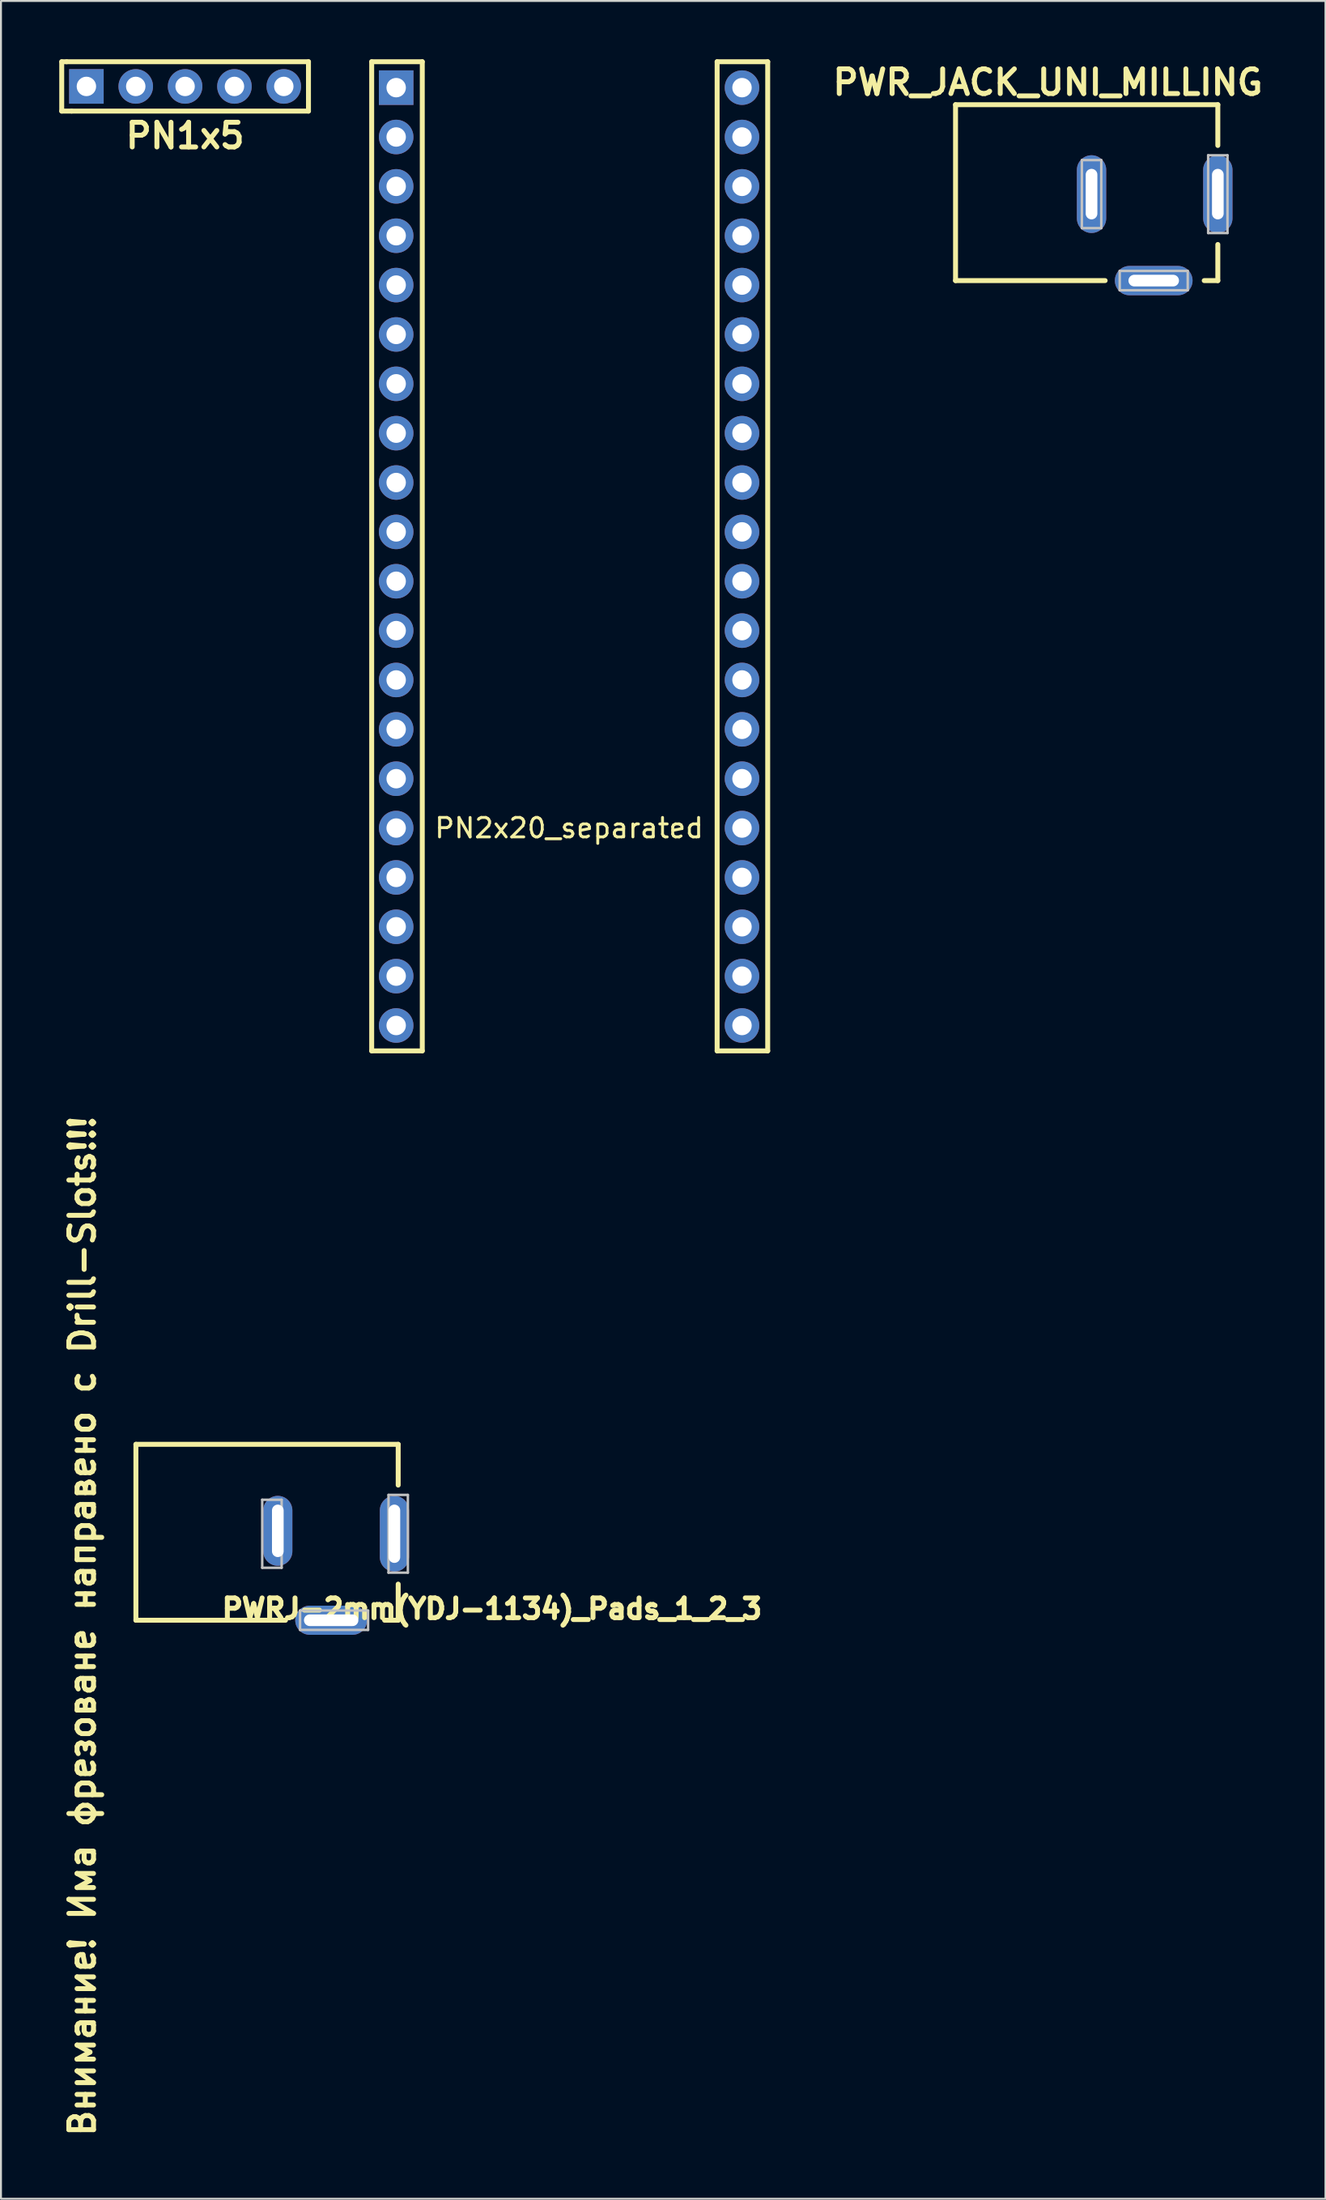
<source format=kicad_pcb>
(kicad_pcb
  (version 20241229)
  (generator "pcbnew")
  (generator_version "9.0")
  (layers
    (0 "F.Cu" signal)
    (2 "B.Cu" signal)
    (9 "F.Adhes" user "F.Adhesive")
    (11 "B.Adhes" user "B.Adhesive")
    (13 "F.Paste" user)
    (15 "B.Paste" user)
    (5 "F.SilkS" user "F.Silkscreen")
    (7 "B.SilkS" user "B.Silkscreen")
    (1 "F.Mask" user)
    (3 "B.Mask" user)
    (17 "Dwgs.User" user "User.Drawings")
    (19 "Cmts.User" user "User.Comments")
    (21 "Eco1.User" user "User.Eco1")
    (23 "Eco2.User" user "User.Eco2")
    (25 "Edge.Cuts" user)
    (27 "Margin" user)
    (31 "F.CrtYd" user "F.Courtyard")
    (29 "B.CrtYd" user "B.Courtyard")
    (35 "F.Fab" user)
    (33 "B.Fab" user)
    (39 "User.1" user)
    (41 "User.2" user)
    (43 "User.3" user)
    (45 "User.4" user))
  (footprint "PWRJ-2mm(YDJ-1134)_Pads_1_2_3"
    (layer "F.Cu")
    (at 17.445 80.624)
    (property "Reference" "PWRJ-2mm(YDJ-1134)_Pads_1_2_3" (at 4.826 -0.889 0) (layer "F.SilkS") (effects (font (size 1.016 1.016) (thickness 0.254))))
    (attr through_hole)
    (fp_line (start -13.5 -9.352) (end -13.5 -0.3) (stroke (width 0.254) (type solid)) (layer "F.SilkS"))
    (fp_line (start -13.5 -0.3) (end -5.8 -0.3) (stroke (width 0.254) (type solid)) (layer "F.SilkS"))
    (fp_line (start 0 -9.352) (end -13.5 -9.352) (stroke (width 0.254) (type solid)) (layer "F.SilkS"))
    (fp_line (start 0 -9.352) (end 0 -7.254) (stroke (width 0.254) (type solid)) (layer "F.SilkS"))
    (fp_line (start 0 -0.3) (end -0.7 -0.3) (stroke (width 0.254) (type solid)) (layer "F.SilkS"))
    (fp_line (start 0 -0.3) (end 0 -2.158) (stroke (width 0.254) (type solid)) (layer "F.SilkS"))
    (fp_line (start -6.998 -6.5) (end -6.998 -3) (stroke (width 0.127) (type solid)) (layer "Dwgs.User"))
    (fp_line (start -6.998 -3) (end -5.999 -3) (stroke (width 0.127) (type solid)) (layer "Dwgs.User"))
    (fp_line (start -5.999 -6.5) (end -6.998 -6.5) (stroke (width 0.127) (type solid)) (layer "Dwgs.User"))
    (fp_line (start -5.999 -3) (end -5.999 -6.5) (stroke (width 0.127) (type solid)) (layer "Dwgs.User"))
    (fp_line (start -5.05 -0.798) (end -5.05 0.198) (stroke (width 0.127) (type solid)) (layer "Dwgs.User"))
    (fp_line (start -5.05 0.198) (end -1.549 0.198) (stroke (width 0.127) (type solid)) (layer "Dwgs.User"))
    (fp_line (start -1.549 -0.798) (end -5.05 -0.798) (stroke (width 0.127) (type solid)) (layer "Dwgs.User"))
    (fp_line (start -1.549 0.198) (end -1.549 -0.798) (stroke (width 0.127) (type solid)) (layer "Dwgs.User"))
    (fp_line (start -0.498 -6.749) (end -0.498 -2.748) (stroke (width 0.127) (type solid)) (layer "Dwgs.User"))
    (fp_line (start -0.498 -2.748) (end 0.498 -2.748) (stroke (width 0.127) (type solid)) (layer "Dwgs.User"))
    (fp_line (start 0.498 -6.749) (end -0.498 -6.749) (stroke (width 0.127) (type solid)) (layer "Dwgs.User"))
    (fp_line (start 0.498 -2.748) (end 0.498 -6.749) (stroke (width 0.127) (type solid)) (layer "Dwgs.User"))
    (fp_text user "Внимание! Има фрезоване направено с Drill-Slots!!!" (at -16.256 0 90) (layer "F.SilkS") (effects (font (size 1.27 1.27) (thickness 0.254))))
    (pad "1" thru_hole oval (at -0.196 -4.75) (size 1.5 3.9) (drill oval 0.6 3) (layers "*.Cu" "*.Mask"))
    (pad "2" thru_hole oval (at -6.196 -4.9) (size 1.5 3.6) (drill oval 0.6 2.7) (layers "*.Cu" "*.Mask"))
    (pad "3" thru_hole oval (at -3.45 -0.3) (size 3.7 1.5) (drill oval 2.8 0.6) (layers "*.Cu" "*.Mask")))
  (footprint "PN1x5"
    (layer "F.Cu")
    (at 6.477 1.397)
    (property "Reference" "PN1x5" (at 0 2.54 0) (layer "F.SilkS") (effects (font (size 1.27 1.27) (thickness 0.254))))
    (attr through_hole)
    (fp_line (start -6.35 -1.27) (end -6.35 1.27) (stroke (width 0.254) (type solid)) (layer "F.SilkS"))
    (fp_line (start -6.35 -1.27) (end -6.096 -1.27) (stroke (width 0.254) (type solid)) (layer "F.SilkS"))
    (fp_line (start -6.096 -1.27) (end 6.35 -1.27) (stroke (width 0.254) (type solid)) (layer "F.SilkS"))
    (fp_line (start -5.842 1.27) (end -6.35 1.27) (stroke (width 0.254) (type solid)) (layer "F.SilkS"))
    (fp_line (start 6.35 -1.27) (end 6.35 1.27) (stroke (width 0.254) (type solid)) (layer "F.SilkS"))
    (fp_line (start 6.35 1.27) (end -5.842 1.27) (stroke (width 0.254) (type solid)) (layer "F.SilkS"))
    (pad "1" thru_hole rect (at -5.08 0) (size 1.778 1.778) (drill 1) (layers "*.Cu" "*.Mask"))
    (pad "2" thru_hole circle (at -2.54 0) (size 1.778 1.778) (drill 1) (layers "*.Cu" "*.Mask"))
    (pad "3" thru_hole circle (at 0 0) (size 1.778 1.778) (drill 1) (layers "*.Cu" "*.Mask"))
    (pad "4" thru_hole circle (at 2.54 0) (size 1.778 1.778) (drill 1) (layers "*.Cu" "*.Mask"))
    (pad "5" thru_hole circle (at 5.08 0) (size 1.778 1.778) (drill 1) (layers "*.Cu" "*.Mask")))
  (footprint "PWR_JACK_UNI_MILLING"
    (layer "F.Cu")
    (at 59.632 11.689)
    (property "Reference" "PWR_JACK_UNI_MILLING" (at -8.75 -10.5 0) (layer "F.SilkS") (effects (font (size 1.27 1.27) (thickness 0.254))))
    (attr through_hole)
    (fp_line (start -13.5 -9.352) (end -13.5 -0.3) (stroke (width 0.254) (type solid)) (layer "F.SilkS"))
    (fp_line (start -13.5 -0.3) (end -5.8 -0.3) (stroke (width 0.254) (type solid)) (layer "F.SilkS"))
    (fp_line (start 0 -9.352) (end -13.5 -9.352) (stroke (width 0.254) (type solid)) (layer "F.SilkS"))
    (fp_line (start 0 -9.352) (end 0 -7.254) (stroke (width 0.254) (type solid)) (layer "F.SilkS"))
    (fp_line (start 0 -0.3) (end -0.7 -0.3) (stroke (width 0.254) (type solid)) (layer "F.SilkS"))
    (fp_line (start 0 -0.3) (end 0 -2.158) (stroke (width 0.254) (type solid)) (layer "F.SilkS"))
    (fp_line (start -6.998 -6.5) (end -6.998 -3) (stroke (width 0.127) (type solid)) (layer "Dwgs.User"))
    (fp_line (start -6.998 -3) (end -5.999 -3) (stroke (width 0.127) (type solid)) (layer "Dwgs.User"))
    (fp_line (start -5.999 -6.5) (end -6.998 -6.5) (stroke (width 0.127) (type solid)) (layer "Dwgs.User"))
    (fp_line (start -5.999 -3) (end -5.999 -6.5) (stroke (width 0.127) (type solid)) (layer "Dwgs.User"))
    (fp_line (start -5.05 -0.798) (end -5.05 0.198) (stroke (width 0.127) (type solid)) (layer "Dwgs.User"))
    (fp_line (start -5.05 0.198) (end -1.549 0.198) (stroke (width 0.127) (type solid)) (layer "Dwgs.User"))
    (fp_line (start -1.549 -0.798) (end -5.05 -0.798) (stroke (width 0.127) (type solid)) (layer "Dwgs.User"))
    (fp_line (start -1.549 0.198) (end -1.549 -0.798) (stroke (width 0.127) (type solid)) (layer "Dwgs.User"))
    (fp_line (start -0.498 -6.749) (end -0.498 -2.748) (stroke (width 0.127) (type solid)) (layer "Dwgs.User"))
    (fp_line (start -0.498 -2.748) (end 0.498 -2.748) (stroke (width 0.127) (type solid)) (layer "Dwgs.User"))
    (fp_line (start 0.498 -6.749) (end -0.498 -6.749) (stroke (width 0.127) (type solid)) (layer "Dwgs.User"))
    (fp_line (start 0.498 -2.748) (end 0.498 -6.749) (stroke (width 0.127) (type solid)) (layer "Dwgs.User"))
    (pad "1" thru_hole oval (at 0 -4.75) (size 1.51 4) (drill oval 0.6 2.6) (layers "*.Cu" "*.Mask"))
    (pad "2" thru_hole oval (at -6.5 -4.75) (size 1.51 4) (drill oval 0.6 2.6) (layers "*.Cu" "*.Mask"))
    (pad "3" thru_hole oval (at -3.3 -0.3) (size 4 1.51) (drill oval 2.6 0.6) (layers "*.Cu" "*.Mask")))
  (footprint "PN2x20_separated"
    (layer "F.Cu")
    (at 26.241 25.59)
    (property "Reference" "PN2x20_separated" (at 0 13.97 0) (layer "F.SilkS") (effects (font (size 1 1) (thickness 0.15))))
    (attr through_hole)
    (fp_line (start -10.16 -25.463) (end -7.556 -25.463) (stroke (width 0.254) (type solid)) (layer "F.SilkS"))
    (fp_line (start -10.16 25.436) (end -10.16 -25.463) (stroke (width 0.254) (type solid)) (layer "F.SilkS"))
    (fp_line (start -7.556 -25.463) (end -7.556 25.436) (stroke (width 0.254) (type solid)) (layer "F.SilkS"))
    (fp_line (start -7.556 25.436) (end -10.16 25.436) (stroke (width 0.254) (type solid)) (layer "F.SilkS"))
    (fp_line (start 7.62 -25.463) (end 10.223 -25.463) (stroke (width 0.254) (type solid)) (layer "F.SilkS"))
    (fp_line (start 7.62 25.436) (end 7.62 -25.463) (stroke (width 0.254) (type solid)) (layer "F.SilkS"))
    (fp_line (start 10.223 -25.463) (end 10.223 25.436) (stroke (width 0.254) (type solid)) (layer "F.SilkS"))
    (fp_line (start 10.223 25.436) (end 7.62 25.436) (stroke (width 0.254) (type solid)) (layer "F.SilkS"))
    (pad "1" thru_hole rect (at -8.9 -24.13 270) (size 1.778 1.778) (drill 1) (layers "*.Cu" "*.Mask"))
    (pad "2" thru_hole circle (at -8.9 -21.59 270) (size 1.778 1.778) (drill 1) (layers "*.Cu" "*.Mask"))
    (pad "3" thru_hole circle (at -8.9 -19.05 270) (size 1.778 1.778) (drill 1) (layers "*.Cu" "*.Mask"))
    (pad "4" thru_hole circle (at -8.9 -16.51 270) (size 1.778 1.778) (drill 1) (layers "*.Cu" "*.Mask"))
    (pad "5" thru_hole circle (at -8.9 -13.97 270) (size 1.778 1.778) (drill 1) (layers "*.Cu" "*.Mask"))
    (pad "6" thru_hole circle (at -8.9 -11.43 270) (size 1.778 1.778) (drill 1) (layers "*.Cu" "*.Mask"))
    (pad "7" thru_hole circle (at -8.9 -8.89 270) (size 1.778 1.778) (drill 1) (layers "*.Cu" "*.Mask"))
    (pad "8" thru_hole circle (at -8.9 -6.35 270) (size 1.778 1.778) (drill 1) (layers "*.Cu" "*.Mask"))
    (pad "9" thru_hole circle (at -8.9 -3.81 270) (size 1.778 1.778) (drill 1) (layers "*.Cu" "*.Mask"))
    (pad "10" thru_hole circle (at -8.9 -1.27 270) (size 1.778 1.778) (drill 1) (layers "*.Cu" "*.Mask"))
    (pad "11" thru_hole circle (at -8.9 1.27 270) (size 1.778 1.778) (drill 1) (layers "*.Cu" "*.Mask"))
    (pad "12" thru_hole circle (at -8.9 3.81 270) (size 1.778 1.778) (drill 1) (layers "*.Cu" "*.Mask"))
    (pad "13" thru_hole circle (at -8.9 6.35 270) (size 1.778 1.778) (drill 1) (layers "*.Cu" "*.Mask"))
    (pad "14" thru_hole circle (at -8.9 8.89 270) (size 1.778 1.778) (drill 1) (layers "*.Cu" "*.Mask"))
    (pad "15" thru_hole circle (at -8.9 11.43 270) (size 1.778 1.778) (drill 1) (layers "*.Cu" "*.Mask"))
    (pad "16" thru_hole circle (at -8.9 13.97 270) (size 1.778 1.778) (drill 1) (layers "*.Cu" "*.Mask"))
    (pad "17" thru_hole circle (at -8.9 16.51 270) (size 1.778 1.778) (drill 1) (layers "*.Cu" "*.Mask"))
    (pad "18" thru_hole circle (at -8.9 19.05 270) (size 1.778 1.778) (drill 1) (layers "*.Cu" "*.Mask"))
    (pad "19" thru_hole circle (at -8.9 21.59 270) (size 1.778 1.778) (drill 1) (layers "*.Cu" "*.Mask"))
    (pad "20" thru_hole circle (at -8.9 24.13 270) (size 1.778 1.778) (drill 1) (layers "*.Cu" "*.Mask"))
    (pad "21" thru_hole circle (at 8.9 24.13 270) (size 1.778 1.778) (drill 1) (layers "*.Cu" "*.Mask"))
    (pad "22" thru_hole circle (at 8.9 21.59 270) (size 1.778 1.778) (drill 1) (layers "*.Cu" "*.Mask"))
    (pad "23" thru_hole circle (at 8.9 19.05 270) (size 1.778 1.778) (drill 1) (layers "*.Cu" "*.Mask"))
    (pad "24" thru_hole circle (at 8.9 16.51 270) (size 1.778 1.778) (drill 1) (layers "*.Cu" "*.Mask"))
    (pad "25" thru_hole circle (at 8.9 13.97 270) (size 1.778 1.778) (drill 1) (layers "*.Cu" "*.Mask"))
    (pad "26" thru_hole circle (at 8.9 11.43 270) (size 1.778 1.778) (drill 1) (layers "*.Cu" "*.Mask"))
    (pad "27" thru_hole circle (at 8.9 8.89 270) (size 1.778 1.778) (drill 1) (layers "*.Cu" "*.Mask"))
    (pad "28" thru_hole circle (at 8.9 6.35 270) (size 1.778 1.778) (drill 1) (layers "*.Cu" "*.Mask"))
    (pad "29" thru_hole circle (at 8.9 3.81 270) (size 1.778 1.778) (drill 1) (layers "*.Cu" "*.Mask"))
    (pad "30" thru_hole circle (at 8.9 1.27 270) (size 1.778 1.778) (drill 1) (layers "*.Cu" "*.Mask"))
    (pad "31" thru_hole circle (at 8.9 -1.27 270) (size 1.778 1.778) (drill 1) (layers "*.Cu" "*.Mask"))
    (pad "32" thru_hole circle (at 8.9 -3.81 270) (size 1.778 1.778) (drill 1) (layers "*.Cu" "*.Mask"))
    (pad "33" thru_hole circle (at 8.9 -6.35 270) (size 1.778 1.778) (drill 1) (layers "*.Cu" "*.Mask"))
    (pad "34" thru_hole circle (at 8.9 -8.89 270) (size 1.778 1.778) (drill 1) (layers "*.Cu" "*.Mask"))
    (pad "35" thru_hole circle (at 8.9 -11.43 270) (size 1.778 1.778) (drill 1) (layers "*.Cu" "*.Mask"))
    (pad "36" thru_hole circle (at 8.9 -13.97 270) (size 1.778 1.778) (drill 1) (layers "*.Cu" "*.Mask"))
    (pad "37" thru_hole circle (at 8.9 -16.51 270) (size 1.778 1.778) (drill 1) (layers "*.Cu" "*.Mask"))
    (pad "38" thru_hole circle (at 8.9 -19.05 270) (size 1.778 1.778) (drill 1) (layers "*.Cu" "*.Mask"))
    (pad "39" thru_hole circle (at 8.9 -21.59 270) (size 1.778 1.778) (drill 1) (layers "*.Cu" "*.Mask"))
    (pad "40" thru_hole circle (at 8.9 -24.13 270) (size 1.778 1.778) (drill 1) (layers "*.Cu" "*.Mask")))
  (gr_rect
    (start -3 -3)
    (end 65.173 110.095)
    (stroke (width 0.1) (type default))
    (fill no)
    (layer "Edge.Cuts")))
</source>
